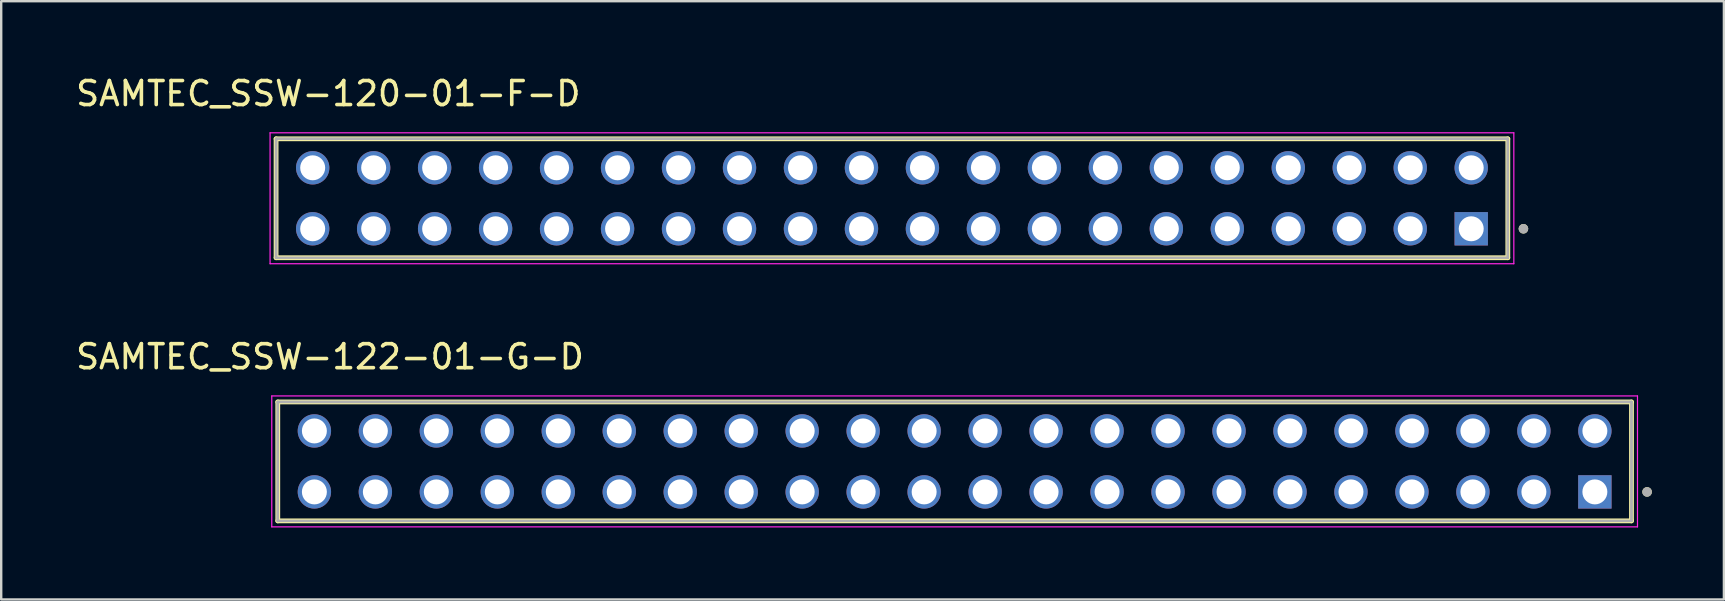
<source format=kicad_pcb>
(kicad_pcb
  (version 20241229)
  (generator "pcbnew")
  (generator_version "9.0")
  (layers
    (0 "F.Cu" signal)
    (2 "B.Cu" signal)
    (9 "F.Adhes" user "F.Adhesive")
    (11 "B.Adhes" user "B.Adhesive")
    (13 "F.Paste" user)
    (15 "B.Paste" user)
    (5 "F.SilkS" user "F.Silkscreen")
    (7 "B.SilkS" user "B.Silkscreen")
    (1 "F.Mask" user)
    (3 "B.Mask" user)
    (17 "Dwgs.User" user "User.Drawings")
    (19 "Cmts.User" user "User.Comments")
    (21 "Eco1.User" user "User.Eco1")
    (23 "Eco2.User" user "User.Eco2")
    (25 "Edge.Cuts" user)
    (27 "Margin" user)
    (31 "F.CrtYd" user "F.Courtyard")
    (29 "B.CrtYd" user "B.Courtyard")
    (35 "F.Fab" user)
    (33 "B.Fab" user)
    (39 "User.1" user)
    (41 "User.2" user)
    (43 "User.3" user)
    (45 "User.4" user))
  (footprint "SAMTEC_SSW-120-01-F-D"
    (layer "F.Cu")
    (at 58.235 6.48)
    (property "Reference" "SAMTEC_SSW-120-01-F-D" (at -47.61 -5.631 0) (layer "F.SilkS") (effects (font (size 1 1) (thickness 0.15))))
    (attr through_hole)
    (fp_line (start -49.785 1.206) (end -49.785 -3.747) (stroke (width 0.2) (type solid)) (layer "F.SilkS"))
    (fp_line (start 1.525 -3.747) (end -49.785 -3.747) (stroke (width 0.2) (type solid)) (layer "F.SilkS"))
    (fp_line (start 1.525 -3.747) (end 1.525 1.206) (stroke (width 0.2) (type solid)) (layer "F.SilkS"))
    (fp_line (start 1.525 1.206) (end -49.785 1.206) (stroke (width 0.2) (type solid)) (layer "F.SilkS"))
    (fp_circle (center 2.175 0) (end 2.275 0) (stroke (width 0.2) (type solid)) (fill no) (layer "F.SilkS"))
    (fp_line (start -50.035 -3.997) (end 1.775 -3.997) (stroke (width 0.05) (type solid)) (layer "F.CrtYd"))
    (fp_line (start -50.035 1.456) (end -50.035 -3.997) (stroke (width 0.05) (type solid)) (layer "F.CrtYd"))
    (fp_line (start 1.775 -3.997) (end 1.775 1.456) (stroke (width 0.05) (type solid)) (layer "F.CrtYd"))
    (fp_line (start 1.775 1.456) (end -50.035 1.456) (stroke (width 0.05) (type solid)) (layer "F.CrtYd"))
    (fp_line (start -49.785 -3.747) (end 1.525 -3.747) (stroke (width 0.1) (type solid)) (layer "F.Fab"))
    (fp_line (start -49.785 -3.747) (end 1.525 -3.747) (stroke (width 0.1) (type solid)) (layer "F.Fab"))
    (fp_line (start -49.785 1.206) (end -49.785 -3.747) (stroke (width 0.1) (type solid)) (layer "F.Fab"))
    (fp_line (start -49.785 1.206) (end -49.785 -3.747) (stroke (width 0.1) (type solid)) (layer "F.Fab"))
    (fp_line (start 1.525 -3.747) (end 1.525 1.206) (stroke (width 0.1) (type solid)) (layer "F.Fab"))
    (fp_line (start 1.525 -3.747) (end 1.525 1.206) (stroke (width 0.1) (type solid)) (layer "F.Fab"))
    (fp_line (start 1.525 1.206) (end -49.785 1.206) (stroke (width 0.1) (type solid)) (layer "F.Fab"))
    (fp_circle (center 2.175 0) (end 2.275 0) (stroke (width 0.2) (type solid)) (fill no) (layer "F.Fab"))
    (pad "01" thru_hole rect (at 0 0) (size 1.39 1.39) (drill 1.04) (layers "*.Cu" "*.Mask"))
    (pad "02" thru_hole circle (at 0 -2.54) (size 1.39 1.39) (drill 1.04) (layers "*.Cu" "*.Mask"))
    (pad "03" thru_hole circle (at -2.54 0) (size 1.39 1.39) (drill 1.04) (layers "*.Cu" "*.Mask"))
    (pad "04" thru_hole circle (at -2.54 -2.54) (size 1.39 1.39) (drill 1.04) (layers "*.Cu" "*.Mask"))
    (pad "05" thru_hole circle (at -5.08 0) (size 1.39 1.39) (drill 1.04) (layers "*.Cu" "*.Mask"))
    (pad "06" thru_hole circle (at -5.08 -2.54) (size 1.39 1.39) (drill 1.04) (layers "*.Cu" "*.Mask"))
    (pad "07" thru_hole circle (at -7.62 0) (size 1.39 1.39) (drill 1.04) (layers "*.Cu" "*.Mask"))
    (pad "08" thru_hole circle (at -7.62 -2.54) (size 1.39 1.39) (drill 1.04) (layers "*.Cu" "*.Mask"))
    (pad "09" thru_hole circle (at -10.16 0) (size 1.39 1.39) (drill 1.04) (layers "*.Cu" "*.Mask"))
    (pad "10" thru_hole circle (at -10.16 -2.54) (size 1.39 1.39) (drill 1.04) (layers "*.Cu" "*.Mask"))
    (pad "11" thru_hole circle (at -12.7 0) (size 1.39 1.39) (drill 1.04) (layers "*.Cu" "*.Mask"))
    (pad "12" thru_hole circle (at -12.7 -2.54) (size 1.39 1.39) (drill 1.04) (layers "*.Cu" "*.Mask"))
    (pad "13" thru_hole circle (at -15.24 0) (size 1.39 1.39) (drill 1.04) (layers "*.Cu" "*.Mask"))
    (pad "14" thru_hole circle (at -15.24 -2.54) (size 1.39 1.39) (drill 1.04) (layers "*.Cu" "*.Mask"))
    (pad "15" thru_hole circle (at -17.78 0) (size 1.39 1.39) (drill 1.04) (layers "*.Cu" "*.Mask"))
    (pad "16" thru_hole circle (at -17.78 -2.54) (size 1.39 1.39) (drill 1.04) (layers "*.Cu" "*.Mask"))
    (pad "17" thru_hole circle (at -20.32 0) (size 1.39 1.39) (drill 1.04) (layers "*.Cu" "*.Mask"))
    (pad "18" thru_hole circle (at -20.32 -2.54) (size 1.39 1.39) (drill 1.04) (layers "*.Cu" "*.Mask"))
    (pad "19" thru_hole circle (at -22.86 0) (size 1.39 1.39) (drill 1.04) (layers "*.Cu" "*.Mask"))
    (pad "20" thru_hole circle (at -22.86 -2.54) (size 1.39 1.39) (drill 1.04) (layers "*.Cu" "*.Mask"))
    (pad "21" thru_hole circle (at -25.4 0) (size 1.39 1.39) (drill 1.04) (layers "*.Cu" "*.Mask"))
    (pad "22" thru_hole circle (at -25.4 -2.54) (size 1.39 1.39) (drill 1.04) (layers "*.Cu" "*.Mask"))
    (pad "23" thru_hole circle (at -27.94 0) (size 1.39 1.39) (drill 1.04) (layers "*.Cu" "*.Mask"))
    (pad "24" thru_hole circle (at -27.94 -2.54) (size 1.39 1.39) (drill 1.04) (layers "*.Cu" "*.Mask"))
    (pad "25" thru_hole circle (at -30.48 0) (size 1.39 1.39) (drill 1.04) (layers "*.Cu" "*.Mask"))
    (pad "26" thru_hole circle (at -30.48 -2.54) (size 1.39 1.39) (drill 1.04) (layers "*.Cu" "*.Mask"))
    (pad "27" thru_hole circle (at -33.02 0) (size 1.39 1.39) (drill 1.04) (layers "*.Cu" "*.Mask"))
    (pad "28" thru_hole circle (at -33.02 -2.54) (size 1.39 1.39) (drill 1.04) (layers "*.Cu" "*.Mask"))
    (pad "29" thru_hole circle (at -35.56 0) (size 1.39 1.39) (drill 1.04) (layers "*.Cu" "*.Mask"))
    (pad "30" thru_hole circle (at -35.56 -2.54) (size 1.39 1.39) (drill 1.04) (layers "*.Cu" "*.Mask"))
    (pad "31" thru_hole circle (at -38.1 0) (size 1.39 1.39) (drill 1.04) (layers "*.Cu" "*.Mask"))
    (pad "32" thru_hole circle (at -38.1 -2.54) (size 1.39 1.39) (drill 1.04) (layers "*.Cu" "*.Mask"))
    (pad "33" thru_hole circle (at -40.64 0) (size 1.39 1.39) (drill 1.04) (layers "*.Cu" "*.Mask"))
    (pad "34" thru_hole circle (at -40.64 -2.54) (size 1.39 1.39) (drill 1.04) (layers "*.Cu" "*.Mask"))
    (pad "35" thru_hole circle (at -43.18 0) (size 1.39 1.39) (drill 1.04) (layers "*.Cu" "*.Mask"))
    (pad "36" thru_hole circle (at -43.18 -2.54) (size 1.39 1.39) (drill 1.04) (layers "*.Cu" "*.Mask"))
    (pad "37" thru_hole circle (at -45.72 0) (size 1.39 1.39) (drill 1.04) (layers "*.Cu" "*.Mask"))
    (pad "38" thru_hole circle (at -45.72 -2.54) (size 1.39 1.39) (drill 1.04) (layers "*.Cu" "*.Mask"))
    (pad "39" thru_hole circle (at -48.26 0) (size 1.39 1.39) (drill 1.04) (layers "*.Cu" "*.Mask"))
    (pad "40" thru_hole circle (at -48.26 -2.54) (size 1.39 1.39) (drill 1.04) (layers "*.Cu" "*.Mask")))
  (footprint "SAMTEC_SSW-122-01-G-D"
    (layer "F.Cu")
    (at 63.386 17.441)
    (property "Reference" "SAMTEC_SSW-122-01-G-D" (at -52.69 -5.631 0) (layer "F.SilkS") (effects (font (size 1 1) (thickness 0.15))))
    (attr through_hole)
    (fp_line (start -54.865 1.206) (end -54.865 -3.747) (stroke (width 0.2) (type solid)) (layer "F.SilkS"))
    (fp_line (start 1.525 -3.747) (end -54.865 -3.747) (stroke (width 0.2) (type solid)) (layer "F.SilkS"))
    (fp_line (start 1.525 -3.747) (end 1.525 1.206) (stroke (width 0.2) (type solid)) (layer "F.SilkS"))
    (fp_line (start 1.525 1.206) (end -54.865 1.206) (stroke (width 0.2) (type solid)) (layer "F.SilkS"))
    (fp_circle (center 2.175 0) (end 2.275 0) (stroke (width 0.2) (type solid)) (fill no) (layer "F.SilkS"))
    (fp_line (start -55.115 -3.997) (end 1.775 -3.997) (stroke (width 0.05) (type solid)) (layer "F.CrtYd"))
    (fp_line (start -55.115 1.456) (end -55.115 -3.997) (stroke (width 0.05) (type solid)) (layer "F.CrtYd"))
    (fp_line (start 1.775 -3.997) (end 1.775 1.456) (stroke (width 0.05) (type solid)) (layer "F.CrtYd"))
    (fp_line (start 1.775 1.456) (end -55.115 1.456) (stroke (width 0.05) (type solid)) (layer "F.CrtYd"))
    (fp_line (start -54.865 -3.747) (end 1.525 -3.747) (stroke (width 0.1) (type solid)) (layer "F.Fab"))
    (fp_line (start -54.865 -3.747) (end 1.525 -3.747) (stroke (width 0.1) (type solid)) (layer "F.Fab"))
    (fp_line (start -54.865 1.206) (end -54.865 -3.747) (stroke (width 0.1) (type solid)) (layer "F.Fab"))
    (fp_line (start -54.865 1.206) (end -54.865 -3.747) (stroke (width 0.1) (type solid)) (layer "F.Fab"))
    (fp_line (start 1.525 -3.747) (end 1.525 1.206) (stroke (width 0.1) (type solid)) (layer "F.Fab"))
    (fp_line (start 1.525 -3.747) (end 1.525 1.206) (stroke (width 0.1) (type solid)) (layer "F.Fab"))
    (fp_line (start 1.525 1.206) (end -54.865 1.206) (stroke (width 0.1) (type solid)) (layer "F.Fab"))
    (fp_circle (center 2.175 0) (end 2.275 0) (stroke (width 0.2) (type solid)) (fill no) (layer "F.Fab"))
    (pad "01" thru_hole rect (at 0 0) (size 1.39 1.39) (drill 1.04) (layers "*.Cu" "*.Mask"))
    (pad "02" thru_hole circle (at 0 -2.54) (size 1.39 1.39) (drill 1.04) (layers "*.Cu" "*.Mask"))
    (pad "03" thru_hole circle (at -2.54 0) (size 1.39 1.39) (drill 1.04) (layers "*.Cu" "*.Mask"))
    (pad "04" thru_hole circle (at -2.54 -2.54) (size 1.39 1.39) (drill 1.04) (layers "*.Cu" "*.Mask"))
    (pad "05" thru_hole circle (at -5.08 0) (size 1.39 1.39) (drill 1.04) (layers "*.Cu" "*.Mask"))
    (pad "06" thru_hole circle (at -5.08 -2.54) (size 1.39 1.39) (drill 1.04) (layers "*.Cu" "*.Mask"))
    (pad "07" thru_hole circle (at -7.62 0) (size 1.39 1.39) (drill 1.04) (layers "*.Cu" "*.Mask"))
    (pad "08" thru_hole circle (at -7.62 -2.54) (size 1.39 1.39) (drill 1.04) (layers "*.Cu" "*.Mask"))
    (pad "09" thru_hole circle (at -10.16 0) (size 1.39 1.39) (drill 1.04) (layers "*.Cu" "*.Mask"))
    (pad "10" thru_hole circle (at -10.16 -2.54) (size 1.39 1.39) (drill 1.04) (layers "*.Cu" "*.Mask"))
    (pad "11" thru_hole circle (at -12.7 0) (size 1.39 1.39) (drill 1.04) (layers "*.Cu" "*.Mask"))
    (pad "12" thru_hole circle (at -12.7 -2.54) (size 1.39 1.39) (drill 1.04) (layers "*.Cu" "*.Mask"))
    (pad "13" thru_hole circle (at -15.24 0) (size 1.39 1.39) (drill 1.04) (layers "*.Cu" "*.Mask"))
    (pad "14" thru_hole circle (at -15.24 -2.54) (size 1.39 1.39) (drill 1.04) (layers "*.Cu" "*.Mask"))
    (pad "15" thru_hole circle (at -17.78 0) (size 1.39 1.39) (drill 1.04) (layers "*.Cu" "*.Mask"))
    (pad "16" thru_hole circle (at -17.78 -2.54) (size 1.39 1.39) (drill 1.04) (layers "*.Cu" "*.Mask"))
    (pad "17" thru_hole circle (at -20.32 0) (size 1.39 1.39) (drill 1.04) (layers "*.Cu" "*.Mask"))
    (pad "18" thru_hole circle (at -20.32 -2.54) (size 1.39 1.39) (drill 1.04) (layers "*.Cu" "*.Mask"))
    (pad "19" thru_hole circle (at -22.86 0) (size 1.39 1.39) (drill 1.04) (layers "*.Cu" "*.Mask"))
    (pad "20" thru_hole circle (at -22.86 -2.54) (size 1.39 1.39) (drill 1.04) (layers "*.Cu" "*.Mask"))
    (pad "21" thru_hole circle (at -25.4 0) (size 1.39 1.39) (drill 1.04) (layers "*.Cu" "*.Mask"))
    (pad "22" thru_hole circle (at -25.4 -2.54) (size 1.39 1.39) (drill 1.04) (layers "*.Cu" "*.Mask"))
    (pad "23" thru_hole circle (at -27.94 0) (size 1.39 1.39) (drill 1.04) (layers "*.Cu" "*.Mask"))
    (pad "24" thru_hole circle (at -27.94 -2.54) (size 1.39 1.39) (drill 1.04) (layers "*.Cu" "*.Mask"))
    (pad "25" thru_hole circle (at -30.48 0) (size 1.39 1.39) (drill 1.04) (layers "*.Cu" "*.Mask"))
    (pad "26" thru_hole circle (at -30.48 -2.54) (size 1.39 1.39) (drill 1.04) (layers "*.Cu" "*.Mask"))
    (pad "27" thru_hole circle (at -33.02 0) (size 1.39 1.39) (drill 1.04) (layers "*.Cu" "*.Mask"))
    (pad "28" thru_hole circle (at -33.02 -2.54) (size 1.39 1.39) (drill 1.04) (layers "*.Cu" "*.Mask"))
    (pad "29" thru_hole circle (at -35.56 0) (size 1.39 1.39) (drill 1.04) (layers "*.Cu" "*.Mask"))
    (pad "30" thru_hole circle (at -35.56 -2.54) (size 1.39 1.39) (drill 1.04) (layers "*.Cu" "*.Mask"))
    (pad "31" thru_hole circle (at -38.1 0) (size 1.39 1.39) (drill 1.04) (layers "*.Cu" "*.Mask"))
    (pad "32" thru_hole circle (at -38.1 -2.54) (size 1.39 1.39) (drill 1.04) (layers "*.Cu" "*.Mask"))
    (pad "33" thru_hole circle (at -40.64 0) (size 1.39 1.39) (drill 1.04) (layers "*.Cu" "*.Mask"))
    (pad "34" thru_hole circle (at -40.64 -2.54) (size 1.39 1.39) (drill 1.04) (layers "*.Cu" "*.Mask"))
    (pad "35" thru_hole circle (at -43.18 0) (size 1.39 1.39) (drill 1.04) (layers "*.Cu" "*.Mask"))
    (pad "36" thru_hole circle (at -43.18 -2.54) (size 1.39 1.39) (drill 1.04) (layers "*.Cu" "*.Mask"))
    (pad "37" thru_hole circle (at -45.72 0) (size 1.39 1.39) (drill 1.04) (layers "*.Cu" "*.Mask"))
    (pad "38" thru_hole circle (at -45.72 -2.54) (size 1.39 1.39) (drill 1.04) (layers "*.Cu" "*.Mask"))
    (pad "39" thru_hole circle (at -48.26 0) (size 1.39 1.39) (drill 1.04) (layers "*.Cu" "*.Mask"))
    (pad "40" thru_hole circle (at -48.26 -2.54) (size 1.39 1.39) (drill 1.04) (layers "*.Cu" "*.Mask"))
    (pad "41" thru_hole circle (at -50.8 0) (size 1.39 1.39) (drill 1.04) (layers "*.Cu" "*.Mask"))
    (pad "42" thru_hole circle (at -50.8 -2.54) (size 1.39 1.39) (drill 1.04) (layers "*.Cu" "*.Mask"))
    (pad "43" thru_hole circle (at -53.34 0) (size 1.39 1.39) (drill 1.04) (layers "*.Cu" "*.Mask"))
    (pad "44" thru_hole circle (at -53.34 -2.54) (size 1.39 1.39) (drill 1.04) (layers "*.Cu" "*.Mask")))
  (gr_rect
    (start -3 -3)
    (end 68.761 21.922)
    (stroke (width 0.1) (type default))
    (fill no)
    (layer "Edge.Cuts")))
</source>
